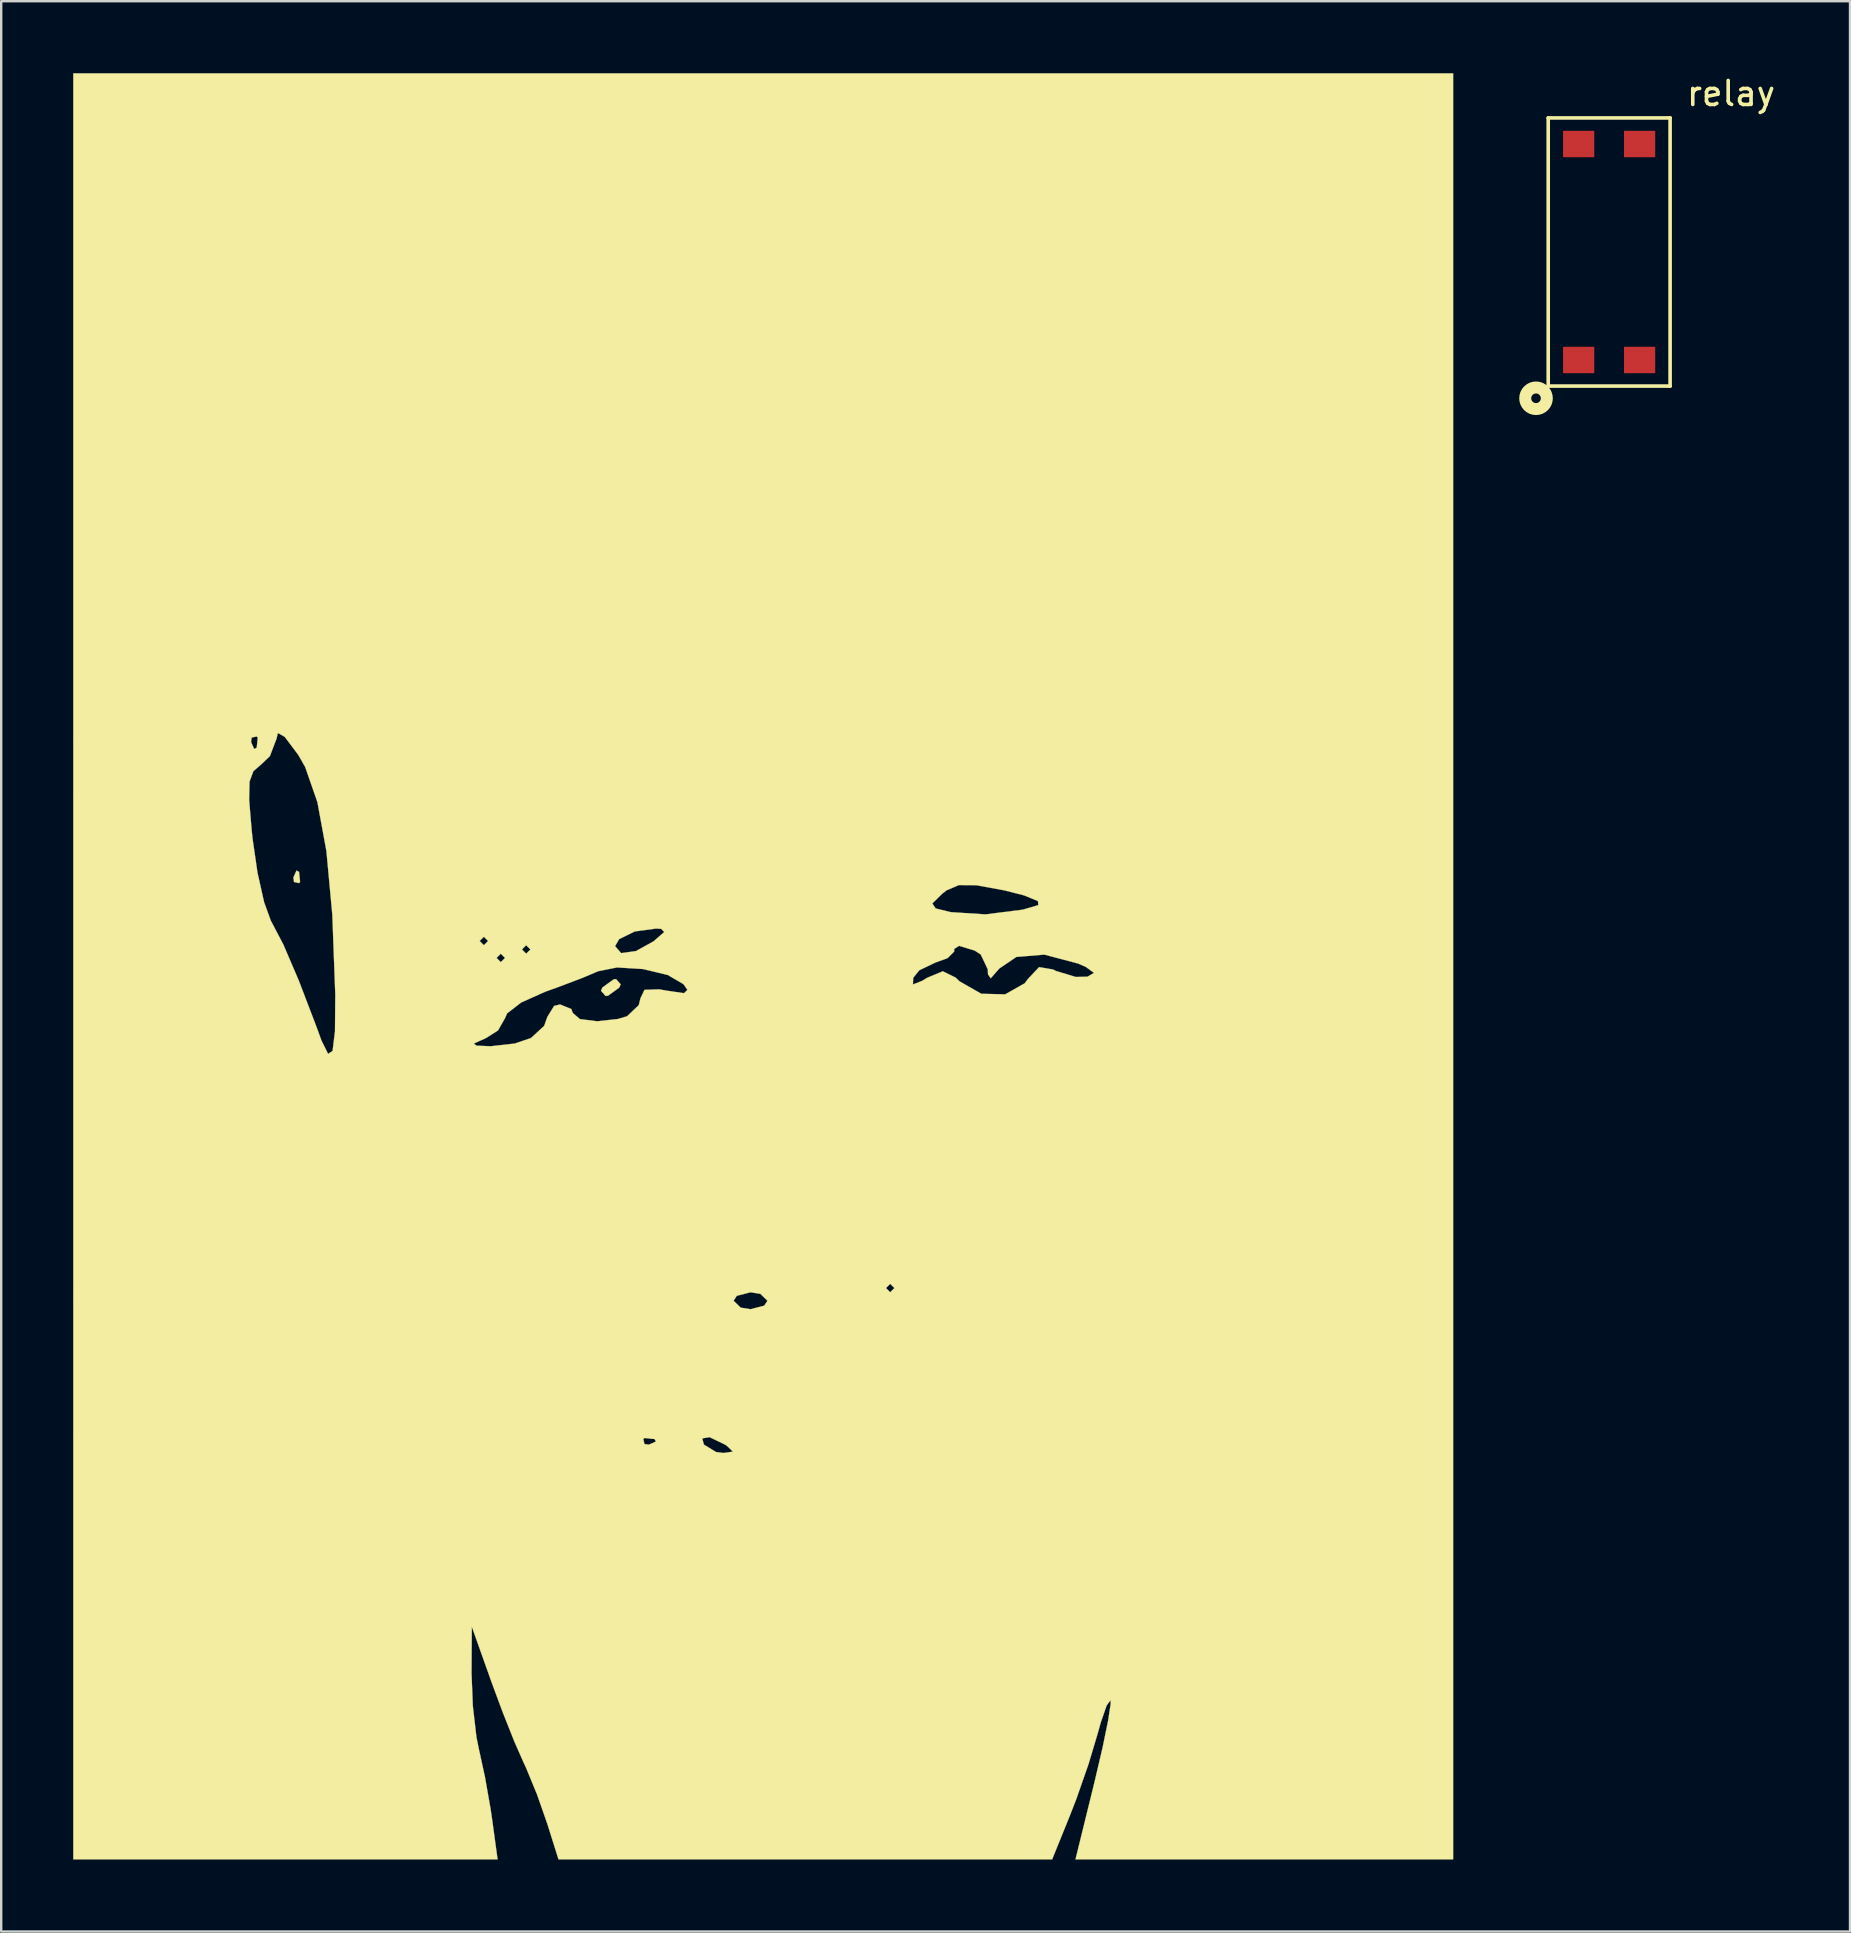
<source format=kicad_pcb>
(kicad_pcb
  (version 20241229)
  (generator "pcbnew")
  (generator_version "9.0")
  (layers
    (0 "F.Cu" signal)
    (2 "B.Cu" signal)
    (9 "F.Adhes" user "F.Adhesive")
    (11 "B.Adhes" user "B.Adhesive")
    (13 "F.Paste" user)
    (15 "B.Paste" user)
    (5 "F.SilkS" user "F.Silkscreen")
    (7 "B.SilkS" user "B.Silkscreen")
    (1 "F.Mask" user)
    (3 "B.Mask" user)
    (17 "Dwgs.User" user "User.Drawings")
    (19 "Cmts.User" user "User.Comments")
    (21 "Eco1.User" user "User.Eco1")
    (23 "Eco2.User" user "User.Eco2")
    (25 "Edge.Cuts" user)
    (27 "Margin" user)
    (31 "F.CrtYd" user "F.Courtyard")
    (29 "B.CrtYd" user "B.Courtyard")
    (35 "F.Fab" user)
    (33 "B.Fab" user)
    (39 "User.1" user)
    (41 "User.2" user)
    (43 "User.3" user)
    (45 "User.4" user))
  (footprint "relay"
    (layer "F.Cu")
    (at 64.011 7.452)
    (property "Reference" "relay" (at 5.08 -6.604 0) (layer "F.SilkS") (effects (font (size 1 1) (thickness 0.15))))
    (attr through_hole)
    (fp_line (start -2.54 -5.588) (end 2.54 -5.588) (stroke (width 0.15) (type solid)) (layer "F.SilkS"))
    (fp_line (start -2.54 5.588) (end -2.54 -5.588) (stroke (width 0.15) (type solid)) (layer "F.SilkS"))
    (fp_line (start 2.54 -5.588) (end 2.54 5.588) (stroke (width 0.15) (type solid)) (layer "F.SilkS"))
    (fp_line (start 2.54 5.588) (end -2.54 5.588) (stroke (width 0.15) (type solid)) (layer "F.SilkS"))
    (fp_circle (center -3.048 6.096) (end -2.848 6.096) (stroke (width 0.5) (type solid)) (fill no) (layer "F.SilkS"))
    (pad "1" smd rect (at -1.27 4.5) (size 1.3 1.1) (layers "F.Cu" "F.Mask" "F.Paste"))
    (pad "2" smd rect (at 1.27 4.5) (size 1.3 1.1) (layers "F.Cu" "F.Mask" "F.Paste"))
    (pad "3" smd rect (at 1.27 -4.5) (size 1.3 1.1) (layers "F.Cu" "F.Mask" "F.Paste"))
    (pad "4" smd rect (at -1.27 -4.5) (size 1.3 1.1) (layers "F.Cu" "F.Mask" "F.Paste")))
  (footprint "damn"
    (layer "F.Cu")
    (at 28.58 37.047)
    (property "Reference" "damn" (at 0 0 0) (layer "F.SilkS") (effects (font (size 1.524 1.524) (thickness 0.3))))
    (attr through_hole)
    (fp_poly (pts (xy -19.168 -3.763) (xy -19.125 -3.344) (xy -19.168 -3.293) (xy -19.377 -3.341) (xy -19.403 -3.528) (xy -19.274 -3.818) (xy -19.168 -3.763)) (stroke (width 0.01) (type solid)) (fill yes) (layer "F.SilkS"))
    (fp_poly (pts (xy -5.764 0.923) (xy -5.821 1.058) (xy -6.288 1.398) (xy -6.392 1.411) (xy -6.583 1.194) (xy -6.526 1.058) (xy -6.059 0.719) (xy -5.956 0.706) (xy -5.764 0.923)) (stroke (width 0.01) (type solid)) (fill yes) (layer "F.SilkS"))
    (fp_poly (pts (xy 28.928 37.394) (xy 13.19 37.394) (xy 13.989 34.146) (xy 14.32 32.731) (xy 14.553 31.597) (xy 14.658 30.9) (xy 14.649 30.759) (xy 14.489 30.978) (xy 14.242 31.693) (xy 14.113 32.155) (xy 13.737 33.412) (xy 13.229 34.866) (xy 12.967 35.542) (xy 12.217 37.394) (xy -8.354 37.394) (xy -8.826 35.895) (xy -9.251 34.682) (xy -9.713 33.56) (xy -9.811 33.353) (xy -10.198 32.473) (xy -10.697 31.215) (xy -11.146 30.002) (xy -11.968 27.693) (xy -11.979 29.633) (xy -11.925 31.002) (xy -11.775 32.296) (xy -11.671 32.808) (xy -11.42 33.955) (xy -11.181 35.314) (xy -11.122 35.719) (xy -10.893 37.394) (xy -28.575 37.394) (xy -28.575 19.873) (xy -4.821 19.873) (xy -4.773 20.083) (xy -4.586 20.108) (xy -4.296 19.979) (xy -4.351 19.873) (xy -4.595 19.848) (xy -2.366 19.848) (xy -2.293 20.108) (xy -1.79 20.415) (xy -1.478 20.456) (xy -1.084 20.399) (xy -1.34 20.155) (xy -1.411 20.108) (xy -2.057 19.797) (xy -2.366 19.848) (xy -4.595 19.848) (xy -4.77 19.831) (xy -4.821 19.873) (xy -28.575 19.873) (xy -28.575 14.111) (xy -1.058 14.111) (xy -0.763 14.398) (xy -0.353 14.464) (xy 0.22 14.316) (xy 0.353 14.111) (xy 0.057 13.824) (xy -0.353 13.758) (xy -0.926 13.906) (xy -1.058 14.111) (xy -28.575 14.111) (xy -28.575 13.582) (xy 5.292 13.582) (xy 5.468 13.758) (xy 5.644 13.582) (xy 5.468 13.406) (xy 5.292 13.582) (xy -28.575 13.582) (xy -28.575 -6.763) (xy -21.248 -6.763) (xy -21.143 -5.51) (xy -21.104 -5.141) (xy -20.899 -3.726) (xy -20.625 -2.503) (xy -20.339 -1.714) (xy -20.31 -1.665) (xy -19.819 -0.727) (xy -19.176 0.773) (xy -18.431 2.722) (xy -18.235 3.263) (xy -17.957 3.824) (xy -17.769 3.698) (xy -17.732 3.392) (xy -11.885 3.392) (xy -11.771 3.481) (xy -11.178 3.505) (xy -10.176 3.392) (xy -9.502 3.163) (xy -8.952 2.656) (xy -8.819 2.281) (xy -8.537 1.824) (xy -8.29 1.764) (xy -7.821 1.954) (xy -7.761 2.117) (xy -7.462 2.374) (xy -6.745 2.464) (xy -5.882 2.37) (xy -5.497 2.255) (xy -5.01 1.793) (xy -4.939 1.506) (xy -4.772 1.155) (xy -4.163 1.133) (xy -3.838 1.19) (xy -3.125 1.293) (xy -2.982 1.158) (xy -3.137 0.93) (xy 6.417 0.93) (xy 6.8 0.779) (xy 7.011 0.651) (xy 7.661 0.381) (xy 8.196 0.644) (xy 8.36 0.801) (xy 9.265 1.318) (xy 10.26 1.342) (xy 11.072 0.883) (xy 11.212 0.697) (xy 11.673 0.208) (xy 12.252 0.305) (xy 12.374 0.367) (xy 13.203 0.618) (xy 13.689 0.607) (xy 13.962 0.448) (xy 13.62 0.198) (xy 13.294 0.056) (xy 11.89 -0.314) (xy 10.727 -0.217) (xy 10.016 0.265) (xy 9.658 0.673) (xy 9.545 0.509) (xy 9.536 0.302) (xy 9.243 -0.318) (xy 8.992 -0.482) (xy 8.341 -0.68) (xy 8.136 -0.552) (xy 8.135 -0.441) (xy 7.856 -0.165) (xy 7.367 0.01) (xy 6.681 0.338) (xy 6.426 0.654) (xy 6.417 0.93) (xy -3.137 0.93) (xy -3.144 0.919) (xy -3.8 0.536) (xy -4.832 0.287) (xy -5.914 0.221) (xy -6.703 0.378) (xy -7.336 0.647) (xy -8.344 1.03) (xy -8.908 1.233) (xy -9.908 1.68) (xy -10.498 2.136) (xy -10.583 2.334) (xy -10.875 2.846) (xy -11.377 3.164) (xy -11.885 3.392) (xy -17.732 3.392) (xy -17.67 2.881) (xy -17.657 1.368) (xy -17.658 1.323) (xy -17.714 -0.176) (xy -10.936 -0.176) (xy -10.76 0) (xy -10.583 -0.176) (xy -10.76 -0.353) (xy -10.936 -0.176) (xy -17.714 -0.176) (xy -17.727 -0.529) (xy -9.878 -0.529) (xy -9.701 -0.353) (xy -9.525 -0.529) (xy -9.664 -0.668) (xy -5.997 -0.668) (xy -5.744 -0.376) (xy -5.125 -0.461) (xy -4.389 -0.871) (xy -3.948 -1.255) (xy -4.076 -1.388) (xy -4.293 -1.4) (xy -5.178 -1.279) (xy -5.828 -0.959) (xy -5.997 -0.668) (xy -9.664 -0.668) (xy -9.701 -0.706) (xy -9.878 -0.529) (xy -17.727 -0.529) (xy -17.74 -0.882) (xy -11.642 -0.882) (xy -11.465 -0.706) (xy -11.289 -0.882) (xy -11.465 -1.058) (xy -11.642 -0.882) (xy -17.74 -0.882) (xy -17.781 -1.98) (xy -17.824 -2.446) (xy 7.224 -2.446) (xy 7.364 -2.238) (xy 7.987 -2.084) (xy 9.436 -1.99) (xy 10.995 -2.187) (xy 11.642 -2.377) (xy 11.625 -2.546) (xy 11.045 -2.783) (xy 10.231 -2.991) (xy 9.056 -3.206) (xy 8.33 -3.212) (xy 7.821 -2.995) (xy 7.634 -2.85) (xy 7.224 -2.446) (xy -17.824 -2.446) (xy -18.027 -4.629) (xy -18.402 -6.667) (xy -18.912 -8.134) (xy -19.199 -8.637) (xy -19.764 -9.39) (xy -20.05 -9.55) (xy -20.108 -9.306) (xy -20.384 -8.584) (xy -20.751 -8.235) (xy -21.071 -7.958) (xy -21.231 -7.523) (xy -21.248 -6.763) (xy -28.575 -6.763) (xy -28.575 -9.172) (xy -21.167 -9.172) (xy -21.038 -8.882) (xy -20.931 -8.937) (xy -20.889 -9.356) (xy -20.931 -9.407) (xy -21.141 -9.359) (xy -21.167 -9.172) (xy -28.575 -9.172) (xy -28.575 -37.042) (xy 28.928 -37.042) (xy 28.928 37.394)) (stroke (width 0.01) (type solid)) (fill yes) (layer "F.SilkS")))
  (gr_rect
    (start -3 -3)
    (end 74.049 77.446)
    (stroke (width 0.1) (type default))
    (fill no)
    (layer "Edge.Cuts")))
</source>
